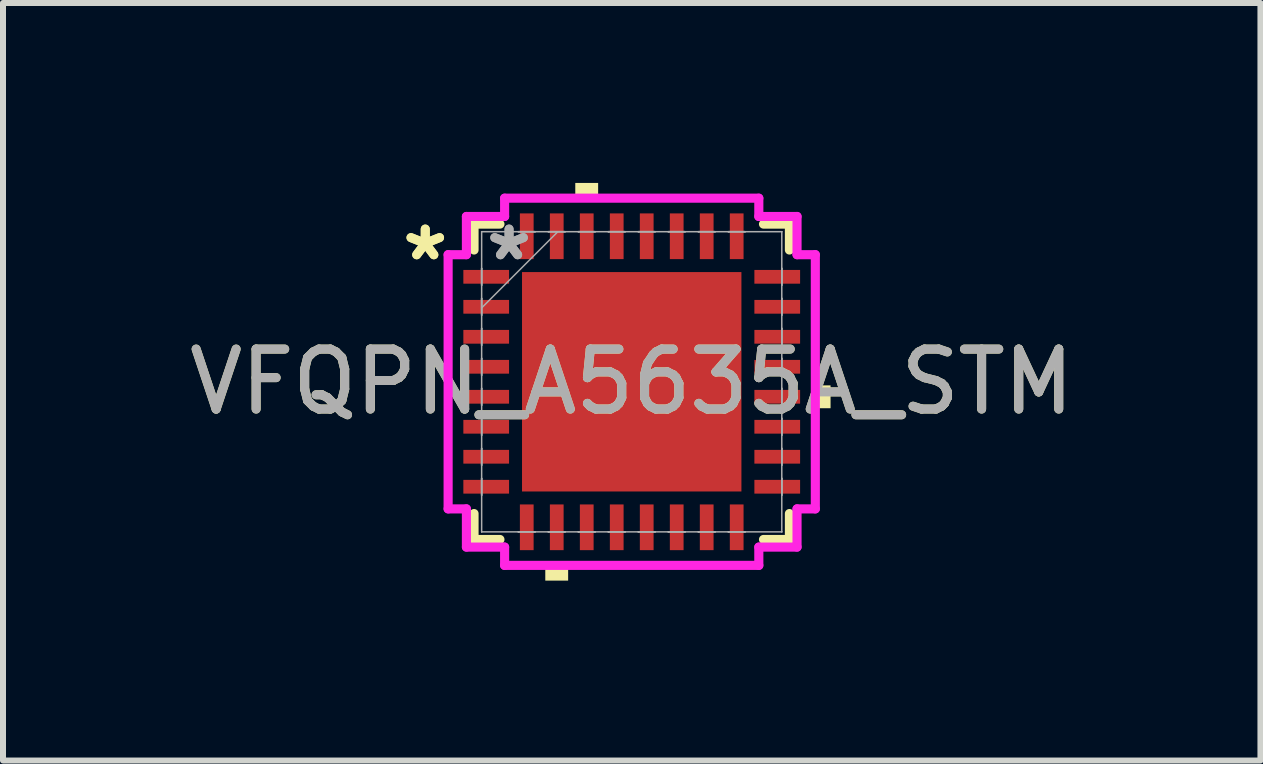
<source format=kicad_pcb>
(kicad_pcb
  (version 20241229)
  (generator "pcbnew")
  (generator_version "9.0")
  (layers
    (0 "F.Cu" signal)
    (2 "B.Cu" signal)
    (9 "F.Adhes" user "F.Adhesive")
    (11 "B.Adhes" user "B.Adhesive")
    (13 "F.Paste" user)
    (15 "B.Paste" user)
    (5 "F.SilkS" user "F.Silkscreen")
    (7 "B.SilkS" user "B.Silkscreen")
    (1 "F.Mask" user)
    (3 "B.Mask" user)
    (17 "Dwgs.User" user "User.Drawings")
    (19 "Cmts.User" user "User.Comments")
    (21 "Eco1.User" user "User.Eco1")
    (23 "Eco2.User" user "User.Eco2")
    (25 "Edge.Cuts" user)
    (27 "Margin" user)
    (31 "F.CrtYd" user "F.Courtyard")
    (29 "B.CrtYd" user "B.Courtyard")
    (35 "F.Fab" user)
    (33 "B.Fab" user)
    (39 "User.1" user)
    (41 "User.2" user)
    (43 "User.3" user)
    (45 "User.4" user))
  (footprint "VFQPN_A5635A_STM"
    (layer "F.Cu")
    (at 7.482 3.315)
    (property "Reference" "VFQPN_A5635A_STM" (at 0 0 0) (unlocked yes) (layer "F.SilkS") (effects (font (size 1 1) (thickness 0.15))))
    (attr smd)
    (fp_line (start -2.629 -2.629) (end -2.629 -2.197) (stroke (width 0.152) (type solid)) (layer "F.SilkS"))
    (fp_line (start -2.629 2.197) (end -2.629 2.629) (stroke (width 0.152) (type solid)) (layer "F.SilkS"))
    (fp_line (start -2.629 2.629) (end -2.197 2.629) (stroke (width 0.152) (type solid)) (layer "F.SilkS"))
    (fp_line (start -2.197 -2.629) (end -2.629 -2.629) (stroke (width 0.152) (type solid)) (layer "F.SilkS"))
    (fp_line (start 2.197 2.629) (end 2.629 2.629) (stroke (width 0.152) (type solid)) (layer "F.SilkS"))
    (fp_line (start 2.629 -2.629) (end 2.197 -2.629) (stroke (width 0.152) (type solid)) (layer "F.SilkS"))
    (fp_line (start 2.629 -2.197) (end 2.629 -2.629) (stroke (width 0.152) (type solid)) (layer "F.SilkS"))
    (fp_line (start 2.629 2.629) (end 2.629 2.197) (stroke (width 0.152) (type solid)) (layer "F.SilkS"))
    (fp_poly (pts (xy -1.441 3.061) (xy -1.441 3.315) (xy -1.06 3.315) (xy -1.06 3.061)) (stroke (width 0) (type solid)) (fill yes) (layer "F.SilkS"))
    (fp_poly (pts (xy -0.941 -3.061) (xy -0.941 -3.315) (xy -0.56 -3.315) (xy -0.56 -3.061)) (stroke (width 0) (type solid)) (fill yes) (layer "F.SilkS"))
    (fp_poly (pts (xy 3.315 0.06) (xy 3.315 0.441) (xy 3.061 0.441) (xy 3.061 0.06)) (stroke (width 0) (type solid)) (fill yes) (layer "F.SilkS"))
    (fp_poly (pts (xy -1.729 -1.729) (xy -1.729 -0.1) (xy -0.1 -0.1) (xy -0.1 -1.729)) (stroke (width 0) (type solid)) (fill yes) (layer "F.Paste"))
    (fp_poly (pts (xy -1.729 0.1) (xy -1.729 1.729) (xy -0.1 1.729) (xy -0.1 0.1)) (stroke (width 0) (type solid)) (fill yes) (layer "F.Paste"))
    (fp_poly (pts (xy 0.1 -1.729) (xy 0.1 -0.1) (xy 1.729 -0.1) (xy 1.729 -1.729)) (stroke (width 0) (type solid)) (fill yes) (layer "F.Paste"))
    (fp_poly (pts (xy 0.1 0.1) (xy 0.1 1.729) (xy 1.729 1.729) (xy 1.729 0.1)) (stroke (width 0) (type solid)) (fill yes) (layer "F.Paste"))
    (fp_line (start -3.061 -2.119) (end -2.756 -2.119) (stroke (width 0.152) (type solid)) (layer "F.CrtYd"))
    (fp_line (start -3.061 2.119) (end -3.061 -2.119) (stroke (width 0.152) (type solid)) (layer "F.CrtYd"))
    (fp_line (start -2.756 -2.756) (end -2.119 -2.756) (stroke (width 0.152) (type solid)) (layer "F.CrtYd"))
    (fp_line (start -2.756 -2.119) (end -2.756 -2.756) (stroke (width 0.152) (type solid)) (layer "F.CrtYd"))
    (fp_line (start -2.756 2.119) (end -3.061 2.119) (stroke (width 0.152) (type solid)) (layer "F.CrtYd"))
    (fp_line (start -2.756 2.756) (end -2.756 2.119) (stroke (width 0.152) (type solid)) (layer "F.CrtYd"))
    (fp_line (start -2.119 -3.061) (end 2.119 -3.061) (stroke (width 0.152) (type solid)) (layer "F.CrtYd"))
    (fp_line (start -2.119 -2.756) (end -2.119 -3.061) (stroke (width 0.152) (type solid)) (layer "F.CrtYd"))
    (fp_line (start -2.119 2.756) (end -2.756 2.756) (stroke (width 0.152) (type solid)) (layer "F.CrtYd"))
    (fp_line (start -2.119 3.061) (end -2.119 2.756) (stroke (width 0.152) (type solid)) (layer "F.CrtYd"))
    (fp_line (start 2.119 -3.061) (end 2.119 -2.756) (stroke (width 0.152) (type solid)) (layer "F.CrtYd"))
    (fp_line (start 2.119 -2.756) (end 2.756 -2.756) (stroke (width 0.152) (type solid)) (layer "F.CrtYd"))
    (fp_line (start 2.119 2.756) (end 2.119 3.061) (stroke (width 0.152) (type solid)) (layer "F.CrtYd"))
    (fp_line (start 2.119 3.061) (end -2.119 3.061) (stroke (width 0.152) (type solid)) (layer "F.CrtYd"))
    (fp_line (start 2.756 -2.756) (end 2.756 -2.119) (stroke (width 0.152) (type solid)) (layer "F.CrtYd"))
    (fp_line (start 2.756 -2.119) (end 3.061 -2.119) (stroke (width 0.152) (type solid)) (layer "F.CrtYd"))
    (fp_line (start 2.756 2.119) (end 2.756 2.756) (stroke (width 0.152) (type solid)) (layer "F.CrtYd"))
    (fp_line (start 2.756 2.756) (end 2.119 2.756) (stroke (width 0.152) (type solid)) (layer "F.CrtYd"))
    (fp_line (start 3.061 -2.119) (end 3.061 2.119) (stroke (width 0.152) (type solid)) (layer "F.CrtYd"))
    (fp_line (start 3.061 2.119) (end 2.756 2.119) (stroke (width 0.152) (type solid)) (layer "F.CrtYd"))
    (fp_line (start -2.502 -2.502) (end -2.502 -2.502) (stroke (width 0.025) (type solid)) (layer "F.Fab"))
    (fp_line (start -2.502 -2.502) (end -2.502 2.502) (stroke (width 0.025) (type solid)) (layer "F.Fab"))
    (fp_line (start -2.502 -1.89) (end -2.502 -1.89) (stroke (width 0.025) (type solid)) (layer "F.Fab"))
    (fp_line (start -2.502 -1.89) (end -2.502 -1.611) (stroke (width 0.025) (type solid)) (layer "F.Fab"))
    (fp_line (start -2.502 -1.611) (end -2.502 -1.89) (stroke (width 0.025) (type solid)) (layer "F.Fab"))
    (fp_line (start -2.502 -1.611) (end -2.502 -1.611) (stroke (width 0.025) (type solid)) (layer "F.Fab"))
    (fp_line (start -2.502 -1.39) (end -2.502 -1.39) (stroke (width 0.025) (type solid)) (layer "F.Fab"))
    (fp_line (start -2.502 -1.39) (end -2.502 -1.111) (stroke (width 0.025) (type solid)) (layer "F.Fab"))
    (fp_line (start -2.502 -1.232) (end -1.232 -2.502) (stroke (width 0.025) (type solid)) (layer "F.Fab"))
    (fp_line (start -2.502 -1.111) (end -2.502 -1.39) (stroke (width 0.025) (type solid)) (layer "F.Fab"))
    (fp_line (start -2.502 -1.111) (end -2.502 -1.111) (stroke (width 0.025) (type solid)) (layer "F.Fab"))
    (fp_line (start -2.502 -0.89) (end -2.502 -0.89) (stroke (width 0.025) (type solid)) (layer "F.Fab"))
    (fp_line (start -2.502 -0.89) (end -2.502 -0.61) (stroke (width 0.025) (type solid)) (layer "F.Fab"))
    (fp_line (start -2.502 -0.61) (end -2.502 -0.89) (stroke (width 0.025) (type solid)) (layer "F.Fab"))
    (fp_line (start -2.502 -0.61) (end -2.502 -0.61) (stroke (width 0.025) (type solid)) (layer "F.Fab"))
    (fp_line (start -2.502 -0.39) (end -2.502 -0.39) (stroke (width 0.025) (type solid)) (layer "F.Fab"))
    (fp_line (start -2.502 -0.39) (end -2.502 -0.11) (stroke (width 0.025) (type solid)) (layer "F.Fab"))
    (fp_line (start -2.502 -0.11) (end -2.502 -0.39) (stroke (width 0.025) (type solid)) (layer "F.Fab"))
    (fp_line (start -2.502 -0.11) (end -2.502 -0.11) (stroke (width 0.025) (type solid)) (layer "F.Fab"))
    (fp_line (start -2.502 0.11) (end -2.502 0.11) (stroke (width 0.025) (type solid)) (layer "F.Fab"))
    (fp_line (start -2.502 0.11) (end -2.502 0.39) (stroke (width 0.025) (type solid)) (layer "F.Fab"))
    (fp_line (start -2.502 0.39) (end -2.502 0.11) (stroke (width 0.025) (type solid)) (layer "F.Fab"))
    (fp_line (start -2.502 0.39) (end -2.502 0.39) (stroke (width 0.025) (type solid)) (layer "F.Fab"))
    (fp_line (start -2.502 0.61) (end -2.502 0.61) (stroke (width 0.025) (type solid)) (layer "F.Fab"))
    (fp_line (start -2.502 0.61) (end -2.502 0.89) (stroke (width 0.025) (type solid)) (layer "F.Fab"))
    (fp_line (start -2.502 0.89) (end -2.502 0.61) (stroke (width 0.025) (type solid)) (layer "F.Fab"))
    (fp_line (start -2.502 0.89) (end -2.502 0.89) (stroke (width 0.025) (type solid)) (layer "F.Fab"))
    (fp_line (start -2.502 1.111) (end -2.502 1.111) (stroke (width 0.025) (type solid)) (layer "F.Fab"))
    (fp_line (start -2.502 1.111) (end -2.502 1.39) (stroke (width 0.025) (type solid)) (layer "F.Fab"))
    (fp_line (start -2.502 1.39) (end -2.502 1.111) (stroke (width 0.025) (type solid)) (layer "F.Fab"))
    (fp_line (start -2.502 1.39) (end -2.502 1.39) (stroke (width 0.025) (type solid)) (layer "F.Fab"))
    (fp_line (start -2.502 1.611) (end -2.502 1.611) (stroke (width 0.025) (type solid)) (layer "F.Fab"))
    (fp_line (start -2.502 1.611) (end -2.502 1.89) (stroke (width 0.025) (type solid)) (layer "F.Fab"))
    (fp_line (start -2.502 1.89) (end -2.502 1.611) (stroke (width 0.025) (type solid)) (layer "F.Fab"))
    (fp_line (start -2.502 1.89) (end -2.502 1.89) (stroke (width 0.025) (type solid)) (layer "F.Fab"))
    (fp_line (start -2.502 2.502) (end -2.502 2.502) (stroke (width 0.025) (type solid)) (layer "F.Fab"))
    (fp_line (start -2.502 2.502) (end 2.502 2.502) (stroke (width 0.025) (type solid)) (layer "F.Fab"))
    (fp_line (start -1.89 -2.502) (end -1.89 -2.502) (stroke (width 0.025) (type solid)) (layer "F.Fab"))
    (fp_line (start -1.89 -2.502) (end -1.611 -2.502) (stroke (width 0.025) (type solid)) (layer "F.Fab"))
    (fp_line (start -1.89 2.502) (end -1.89 2.502) (stroke (width 0.025) (type solid)) (layer "F.Fab"))
    (fp_line (start -1.89 2.502) (end -1.611 2.502) (stroke (width 0.025) (type solid)) (layer "F.Fab"))
    (fp_line (start -1.611 -2.502) (end -1.89 -2.502) (stroke (width 0.025) (type solid)) (layer "F.Fab"))
    (fp_line (start -1.611 -2.502) (end -1.611 -2.502) (stroke (width 0.025) (type solid)) (layer "F.Fab"))
    (fp_line (start -1.611 2.502) (end -1.89 2.502) (stroke (width 0.025) (type solid)) (layer "F.Fab"))
    (fp_line (start -1.611 2.502) (end -1.611 2.502) (stroke (width 0.025) (type solid)) (layer "F.Fab"))
    (fp_line (start -1.39 -2.502) (end -1.39 -2.502) (stroke (width 0.025) (type solid)) (layer "F.Fab"))
    (fp_line (start -1.39 -2.502) (end -1.111 -2.502) (stroke (width 0.025) (type solid)) (layer "F.Fab"))
    (fp_line (start -1.39 2.502) (end -1.39 2.502) (stroke (width 0.025) (type solid)) (layer "F.Fab"))
    (fp_line (start -1.39 2.502) (end -1.111 2.502) (stroke (width 0.025) (type solid)) (layer "F.Fab"))
    (fp_line (start -1.111 -2.502) (end -1.39 -2.502) (stroke (width 0.025) (type solid)) (layer "F.Fab"))
    (fp_line (start -1.111 -2.502) (end -1.111 -2.502) (stroke (width 0.025) (type solid)) (layer "F.Fab"))
    (fp_line (start -1.111 2.502) (end -1.39 2.502) (stroke (width 0.025) (type solid)) (layer "F.Fab"))
    (fp_line (start -1.111 2.502) (end -1.111 2.502) (stroke (width 0.025) (type solid)) (layer "F.Fab"))
    (fp_line (start -0.89 -2.502) (end -0.89 -2.502) (stroke (width 0.025) (type solid)) (layer "F.Fab"))
    (fp_line (start -0.89 -2.502) (end -0.61 -2.502) (stroke (width 0.025) (type solid)) (layer "F.Fab"))
    (fp_line (start -0.89 2.502) (end -0.89 2.502) (stroke (width 0.025) (type solid)) (layer "F.Fab"))
    (fp_line (start -0.89 2.502) (end -0.61 2.502) (stroke (width 0.025) (type solid)) (layer "F.Fab"))
    (fp_line (start -0.61 -2.502) (end -0.89 -2.502) (stroke (width 0.025) (type solid)) (layer "F.Fab"))
    (fp_line (start -0.61 -2.502) (end -0.61 -2.502) (stroke (width 0.025) (type solid)) (layer "F.Fab"))
    (fp_line (start -0.61 2.502) (end -0.89 2.502) (stroke (width 0.025) (type solid)) (layer "F.Fab"))
    (fp_line (start -0.61 2.502) (end -0.61 2.502) (stroke (width 0.025) (type solid)) (layer "F.Fab"))
    (fp_line (start -0.39 -2.502) (end -0.39 -2.502) (stroke (width 0.025) (type solid)) (layer "F.Fab"))
    (fp_line (start -0.39 -2.502) (end -0.11 -2.502) (stroke (width 0.025) (type solid)) (layer "F.Fab"))
    (fp_line (start -0.39 2.502) (end -0.39 2.502) (stroke (width 0.025) (type solid)) (layer "F.Fab"))
    (fp_line (start -0.39 2.502) (end -0.11 2.502) (stroke (width 0.025) (type solid)) (layer "F.Fab"))
    (fp_line (start -0.11 -2.502) (end -0.39 -2.502) (stroke (width 0.025) (type solid)) (layer "F.Fab"))
    (fp_line (start -0.11 -2.502) (end -0.11 -2.502) (stroke (width 0.025) (type solid)) (layer "F.Fab"))
    (fp_line (start -0.11 2.502) (end -0.39 2.502) (stroke (width 0.025) (type solid)) (layer "F.Fab"))
    (fp_line (start -0.11 2.502) (end -0.11 2.502) (stroke (width 0.025) (type solid)) (layer "F.Fab"))
    (fp_line (start 0.11 -2.502) (end 0.11 -2.502) (stroke (width 0.025) (type solid)) (layer "F.Fab"))
    (fp_line (start 0.11 -2.502) (end 0.39 -2.502) (stroke (width 0.025) (type solid)) (layer "F.Fab"))
    (fp_line (start 0.11 2.502) (end 0.11 2.502) (stroke (width 0.025) (type solid)) (layer "F.Fab"))
    (fp_line (start 0.11 2.502) (end 0.39 2.502) (stroke (width 0.025) (type solid)) (layer "F.Fab"))
    (fp_line (start 0.39 -2.502) (end 0.11 -2.502) (stroke (width 0.025) (type solid)) (layer "F.Fab"))
    (fp_line (start 0.39 -2.502) (end 0.39 -2.502) (stroke (width 0.025) (type solid)) (layer "F.Fab"))
    (fp_line (start 0.39 2.502) (end 0.11 2.502) (stroke (width 0.025) (type solid)) (layer "F.Fab"))
    (fp_line (start 0.39 2.502) (end 0.39 2.502) (stroke (width 0.025) (type solid)) (layer "F.Fab"))
    (fp_line (start 0.61 -2.502) (end 0.61 -2.502) (stroke (width 0.025) (type solid)) (layer "F.Fab"))
    (fp_line (start 0.61 -2.502) (end 0.89 -2.502) (stroke (width 0.025) (type solid)) (layer "F.Fab"))
    (fp_line (start 0.61 2.502) (end 0.61 2.502) (stroke (width 0.025) (type solid)) (layer "F.Fab"))
    (fp_line (start 0.61 2.502) (end 0.89 2.502) (stroke (width 0.025) (type solid)) (layer "F.Fab"))
    (fp_line (start 0.89 -2.502) (end 0.61 -2.502) (stroke (width 0.025) (type solid)) (layer "F.Fab"))
    (fp_line (start 0.89 -2.502) (end 0.89 -2.502) (stroke (width 0.025) (type solid)) (layer "F.Fab"))
    (fp_line (start 0.89 2.502) (end 0.61 2.502) (stroke (width 0.025) (type solid)) (layer "F.Fab"))
    (fp_line (start 0.89 2.502) (end 0.89 2.502) (stroke (width 0.025) (type solid)) (layer "F.Fab"))
    (fp_line (start 1.111 -2.502) (end 1.111 -2.502) (stroke (width 0.025) (type solid)) (layer "F.Fab"))
    (fp_line (start 1.111 -2.502) (end 1.39 -2.502) (stroke (width 0.025) (type solid)) (layer "F.Fab"))
    (fp_line (start 1.111 2.502) (end 1.111 2.502) (stroke (width 0.025) (type solid)) (layer "F.Fab"))
    (fp_line (start 1.111 2.502) (end 1.39 2.502) (stroke (width 0.025) (type solid)) (layer "F.Fab"))
    (fp_line (start 1.39 -2.502) (end 1.111 -2.502) (stroke (width 0.025) (type solid)) (layer "F.Fab"))
    (fp_line (start 1.39 -2.502) (end 1.39 -2.502) (stroke (width 0.025) (type solid)) (layer "F.Fab"))
    (fp_line (start 1.39 2.502) (end 1.111 2.502) (stroke (width 0.025) (type solid)) (layer "F.Fab"))
    (fp_line (start 1.39 2.502) (end 1.39 2.502) (stroke (width 0.025) (type solid)) (layer "F.Fab"))
    (fp_line (start 1.611 -2.502) (end 1.611 -2.502) (stroke (width 0.025) (type solid)) (layer "F.Fab"))
    (fp_line (start 1.611 -2.502) (end 1.89 -2.502) (stroke (width 0.025) (type solid)) (layer "F.Fab"))
    (fp_line (start 1.611 2.502) (end 1.611 2.502) (stroke (width 0.025) (type solid)) (layer "F.Fab"))
    (fp_line (start 1.611 2.502) (end 1.89 2.502) (stroke (width 0.025) (type solid)) (layer "F.Fab"))
    (fp_line (start 1.89 -2.502) (end 1.611 -2.502) (stroke (width 0.025) (type solid)) (layer "F.Fab"))
    (fp_line (start 1.89 -2.502) (end 1.89 -2.502) (stroke (width 0.025) (type solid)) (layer "F.Fab"))
    (fp_line (start 1.89 2.502) (end 1.611 2.502) (stroke (width 0.025) (type solid)) (layer "F.Fab"))
    (fp_line (start 1.89 2.502) (end 1.89 2.502) (stroke (width 0.025) (type solid)) (layer "F.Fab"))
    (fp_line (start 2.502 -2.502) (end -2.502 -2.502) (stroke (width 0.025) (type solid)) (layer "F.Fab"))
    (fp_line (start 2.502 -2.502) (end 2.502 -2.502) (stroke (width 0.025) (type solid)) (layer "F.Fab"))
    (fp_line (start 2.502 -1.89) (end 2.502 -1.89) (stroke (width 0.025) (type solid)) (layer "F.Fab"))
    (fp_line (start 2.502 -1.89) (end 2.502 -1.611) (stroke (width 0.025) (type solid)) (layer "F.Fab"))
    (fp_line (start 2.502 -1.611) (end 2.502 -1.89) (stroke (width 0.025) (type solid)) (layer "F.Fab"))
    (fp_line (start 2.502 -1.611) (end 2.502 -1.611) (stroke (width 0.025) (type solid)) (layer "F.Fab"))
    (fp_line (start 2.502 -1.39) (end 2.502 -1.39) (stroke (width 0.025) (type solid)) (layer "F.Fab"))
    (fp_line (start 2.502 -1.39) (end 2.502 -1.111) (stroke (width 0.025) (type solid)) (layer "F.Fab"))
    (fp_line (start 2.502 -1.111) (end 2.502 -1.39) (stroke (width 0.025) (type solid)) (layer "F.Fab"))
    (fp_line (start 2.502 -1.111) (end 2.502 -1.111) (stroke (width 0.025) (type solid)) (layer "F.Fab"))
    (fp_line (start 2.502 -0.89) (end 2.502 -0.89) (stroke (width 0.025) (type solid)) (layer "F.Fab"))
    (fp_line (start 2.502 -0.89) (end 2.502 -0.61) (stroke (width 0.025) (type solid)) (layer "F.Fab"))
    (fp_line (start 2.502 -0.61) (end 2.502 -0.89) (stroke (width 0.025) (type solid)) (layer "F.Fab"))
    (fp_line (start 2.502 -0.61) (end 2.502 -0.61) (stroke (width 0.025) (type solid)) (layer "F.Fab"))
    (fp_line (start 2.502 -0.39) (end 2.502 -0.39) (stroke (width 0.025) (type solid)) (layer "F.Fab"))
    (fp_line (start 2.502 -0.39) (end 2.502 -0.11) (stroke (width 0.025) (type solid)) (layer "F.Fab"))
    (fp_line (start 2.502 -0.11) (end 2.502 -0.39) (stroke (width 0.025) (type solid)) (layer "F.Fab"))
    (fp_line (start 2.502 -0.11) (end 2.502 -0.11) (stroke (width 0.025) (type solid)) (layer "F.Fab"))
    (fp_line (start 2.502 0.11) (end 2.502 0.11) (stroke (width 0.025) (type solid)) (layer "F.Fab"))
    (fp_line (start 2.502 0.11) (end 2.502 0.39) (stroke (width 0.025) (type solid)) (layer "F.Fab"))
    (fp_line (start 2.502 0.39) (end 2.502 0.11) (stroke (width 0.025) (type solid)) (layer "F.Fab"))
    (fp_line (start 2.502 0.39) (end 2.502 0.39) (stroke (width 0.025) (type solid)) (layer "F.Fab"))
    (fp_line (start 2.502 0.61) (end 2.502 0.61) (stroke (width 0.025) (type solid)) (layer "F.Fab"))
    (fp_line (start 2.502 0.61) (end 2.502 0.89) (stroke (width 0.025) (type solid)) (layer "F.Fab"))
    (fp_line (start 2.502 0.89) (end 2.502 0.61) (stroke (width 0.025) (type solid)) (layer "F.Fab"))
    (fp_line (start 2.502 0.89) (end 2.502 0.89) (stroke (width 0.025) (type solid)) (layer "F.Fab"))
    (fp_line (start 2.502 1.111) (end 2.502 1.111) (stroke (width 0.025) (type solid)) (layer "F.Fab"))
    (fp_line (start 2.502 1.111) (end 2.502 1.39) (stroke (width 0.025) (type solid)) (layer "F.Fab"))
    (fp_line (start 2.502 1.39) (end 2.502 1.111) (stroke (width 0.025) (type solid)) (layer "F.Fab"))
    (fp_line (start 2.502 1.39) (end 2.502 1.39) (stroke (width 0.025) (type solid)) (layer "F.Fab"))
    (fp_line (start 2.502 1.611) (end 2.502 1.611) (stroke (width 0.025) (type solid)) (layer "F.Fab"))
    (fp_line (start 2.502 1.611) (end 2.502 1.89) (stroke (width 0.025) (type solid)) (layer "F.Fab"))
    (fp_line (start 2.502 1.89) (end 2.502 1.611) (stroke (width 0.025) (type solid)) (layer "F.Fab"))
    (fp_line (start 2.502 1.89) (end 2.502 1.89) (stroke (width 0.025) (type solid)) (layer "F.Fab"))
    (fp_line (start 2.502 2.502) (end 2.502 -2.502) (stroke (width 0.025) (type solid)) (layer "F.Fab"))
    (fp_line (start 2.502 2.502) (end 2.502 2.502) (stroke (width 0.025) (type solid)) (layer "F.Fab"))
    (fp_text user "*" (at -3.442 -2.001 0) (layer "F.SilkS") (effects (font (size 1 1) (thickness 0.15))))
    (fp_text user "*" (at -3.442 -2.001 0) (unlocked yes) (layer "F.SilkS") (effects (font (size 1 1) (thickness 0.15))))
    (fp_text user "${REFERENCE}" (at 0 0 0) (unlocked yes) (layer "F.Fab") (effects (font (size 1 1) (thickness 0.15))))
    (fp_text user "*" (at -2.045 -2.001 0) (layer "F.Fab") (effects (font (size 1 1) (thickness 0.15))))
    (fp_text user "*" (at -2.045 -2.001 0) (unlocked yes) (layer "F.Fab") (effects (font (size 1 1) (thickness 0.15))))
    (pad "1" smd rect (at -2.426 -1.75 90) (size 0.229 0.762) (layers "F.Cu" "F.Mask" "F.Paste"))
    (pad "2" smd rect (at -2.426 -1.25 90) (size 0.229 0.762) (layers "F.Cu" "F.Mask" "F.Paste"))
    (pad "3" smd rect (at -2.426 -0.75 90) (size 0.229 0.762) (layers "F.Cu" "F.Mask" "F.Paste"))
    (pad "4" smd rect (at -2.426 -0.25 90) (size 0.229 0.762) (layers "F.Cu" "F.Mask" "F.Paste"))
    (pad "5" smd rect (at -2.426 0.25 90) (size 0.229 0.762) (layers "F.Cu" "F.Mask" "F.Paste"))
    (pad "6" smd rect (at -2.426 0.75 90) (size 0.229 0.762) (layers "F.Cu" "F.Mask" "F.Paste"))
    (pad "7" smd rect (at -2.426 1.25 90) (size 0.229 0.762) (layers "F.Cu" "F.Mask" "F.Paste"))
    (pad "8" smd rect (at -2.426 1.75 90) (size 0.229 0.762) (layers "F.Cu" "F.Mask" "F.Paste"))
    (pad "9" smd rect (at -1.75 2.426) (size 0.229 0.762) (layers "F.Cu" "F.Mask" "F.Paste"))
    (pad "10" smd rect (at -1.25 2.426) (size 0.229 0.762) (layers "F.Cu" "F.Mask" "F.Paste"))
    (pad "11" smd rect (at -0.75 2.426) (size 0.229 0.762) (layers "F.Cu" "F.Mask" "F.Paste"))
    (pad "12" smd rect (at -0.25 2.426) (size 0.229 0.762) (layers "F.Cu" "F.Mask" "F.Paste"))
    (pad "13" smd rect (at 0.25 2.426) (size 0.229 0.762) (layers "F.Cu" "F.Mask" "F.Paste"))
    (pad "14" smd rect (at 0.75 2.426) (size 0.229 0.762) (layers "F.Cu" "F.Mask" "F.Paste"))
    (pad "15" smd rect (at 1.25 2.426) (size 0.229 0.762) (layers "F.Cu" "F.Mask" "F.Paste"))
    (pad "16" smd rect (at 1.75 2.426) (size 0.229 0.762) (layers "F.Cu" "F.Mask" "F.Paste"))
    (pad "17" smd rect (at 2.426 1.75 90) (size 0.229 0.762) (layers "F.Cu" "F.Mask" "F.Paste"))
    (pad "18" smd rect (at 2.426 1.25 90) (size 0.229 0.762) (layers "F.Cu" "F.Mask" "F.Paste"))
    (pad "19" smd rect (at 2.426 0.75 90) (size 0.229 0.762) (layers "F.Cu" "F.Mask" "F.Paste"))
    (pad "20" smd rect (at 2.426 0.25 90) (size 0.229 0.762) (layers "F.Cu" "F.Mask" "F.Paste"))
    (pad "21" smd rect (at 2.426 -0.25 90) (size 0.229 0.762) (layers "F.Cu" "F.Mask" "F.Paste"))
    (pad "22" smd rect (at 2.426 -0.75 90) (size 0.229 0.762) (layers "F.Cu" "F.Mask" "F.Paste"))
    (pad "23" smd rect (at 2.426 -1.25 90) (size 0.229 0.762) (layers "F.Cu" "F.Mask" "F.Paste"))
    (pad "24" smd rect (at 2.426 -1.75 90) (size 0.229 0.762) (layers "F.Cu" "F.Mask" "F.Paste"))
    (pad "25" smd rect (at 1.75 -2.426) (size 0.229 0.762) (layers "F.Cu" "F.Mask" "F.Paste"))
    (pad "26" smd rect (at 1.25 -2.426) (size 0.229 0.762) (layers "F.Cu" "F.Mask" "F.Paste"))
    (pad "27" smd rect (at 0.75 -2.426) (size 0.229 0.762) (layers "F.Cu" "F.Mask" "F.Paste"))
    (pad "28" smd rect (at 0.25 -2.426) (size 0.229 0.762) (layers "F.Cu" "F.Mask" "F.Paste"))
    (pad "29" smd rect (at -0.25 -2.426) (size 0.229 0.762) (layers "F.Cu" "F.Mask" "F.Paste"))
    (pad "30" smd rect (at -0.75 -2.426) (size 0.229 0.762) (layers "F.Cu" "F.Mask" "F.Paste"))
    (pad "31" smd rect (at -1.25 -2.426) (size 0.229 0.762) (layers "F.Cu" "F.Mask" "F.Paste"))
    (pad "32" smd rect (at -1.75 -2.426) (size 0.229 0.762) (layers "F.Cu" "F.Mask" "F.Paste"))
    (pad "33" smd rect (at 0 0) (size 3.658 3.658) (layers "F.Cu" "F.Mask" "F.Paste")))
  (gr_rect
    (start -3 -3)
    (end 17.964 9.629)
    (stroke (width 0.1) (type default))
    (fill no)
    (layer "Edge.Cuts")))
</source>
